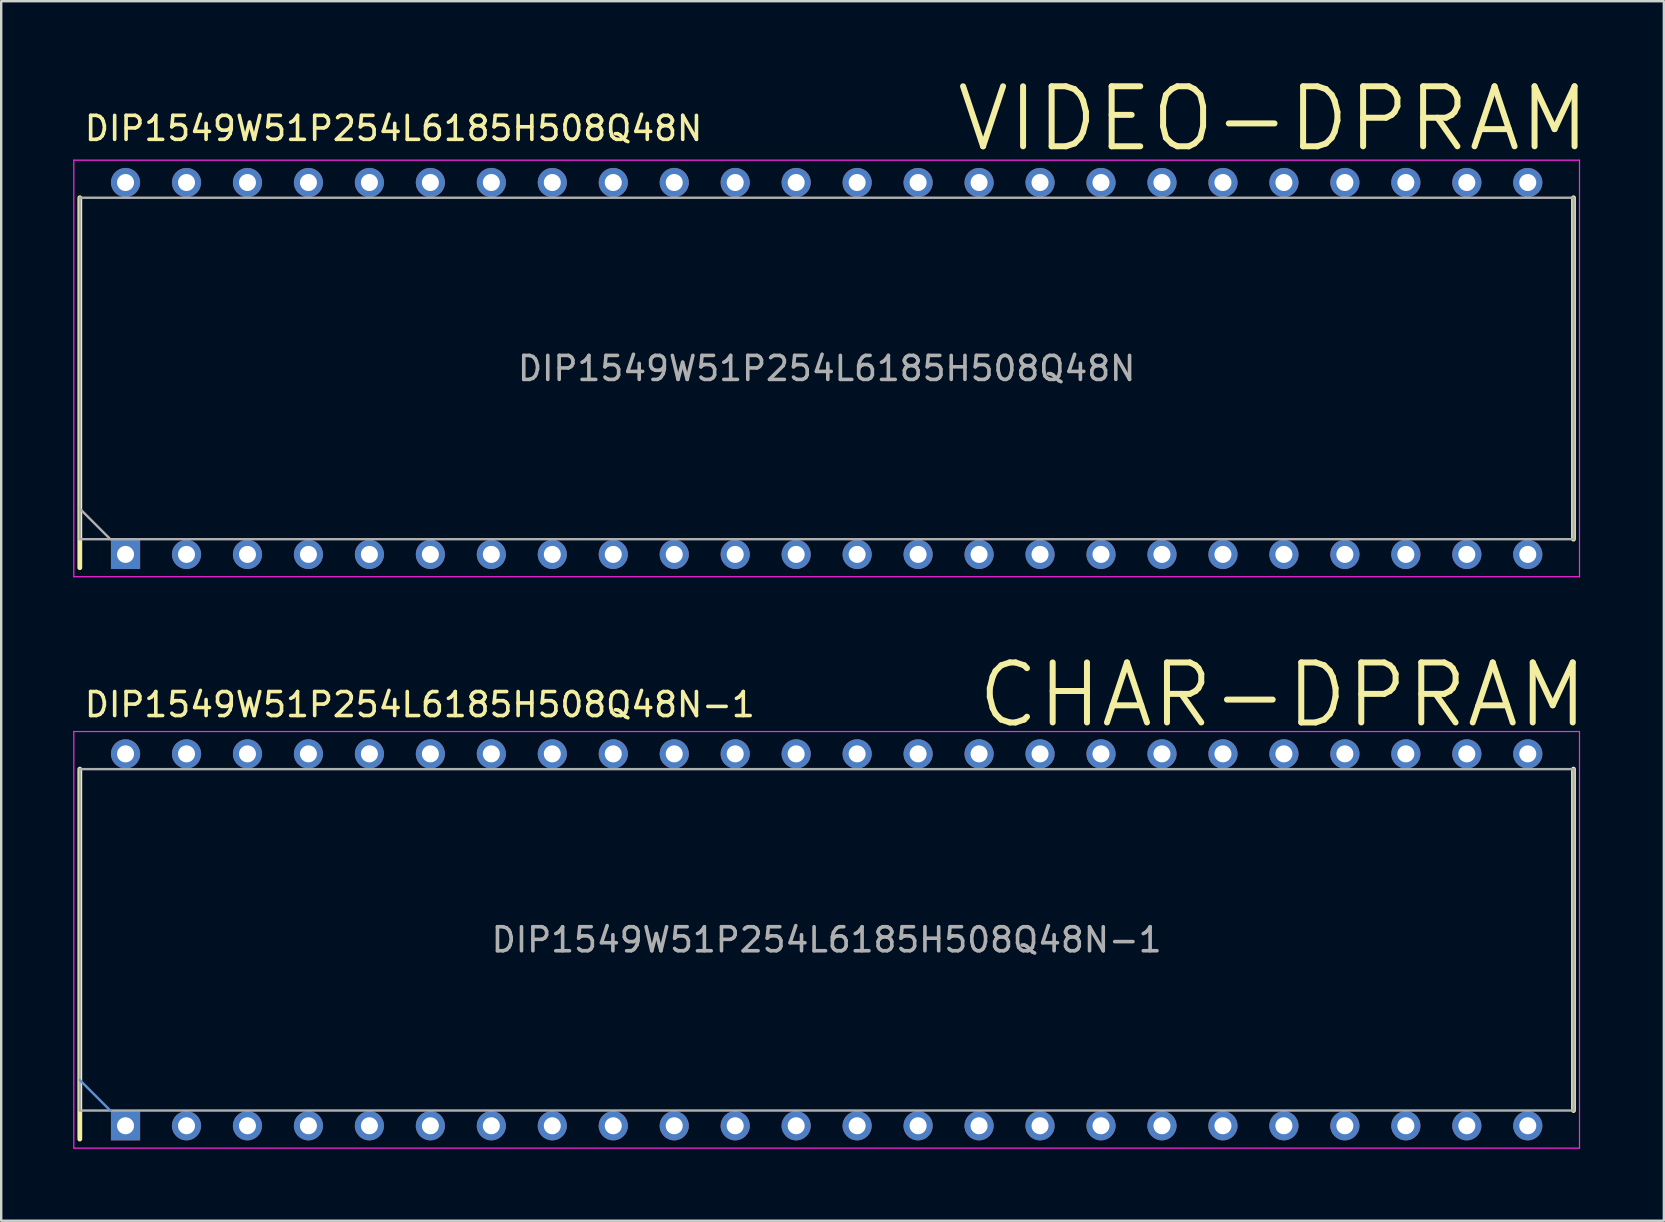
<source format=kicad_pcb>
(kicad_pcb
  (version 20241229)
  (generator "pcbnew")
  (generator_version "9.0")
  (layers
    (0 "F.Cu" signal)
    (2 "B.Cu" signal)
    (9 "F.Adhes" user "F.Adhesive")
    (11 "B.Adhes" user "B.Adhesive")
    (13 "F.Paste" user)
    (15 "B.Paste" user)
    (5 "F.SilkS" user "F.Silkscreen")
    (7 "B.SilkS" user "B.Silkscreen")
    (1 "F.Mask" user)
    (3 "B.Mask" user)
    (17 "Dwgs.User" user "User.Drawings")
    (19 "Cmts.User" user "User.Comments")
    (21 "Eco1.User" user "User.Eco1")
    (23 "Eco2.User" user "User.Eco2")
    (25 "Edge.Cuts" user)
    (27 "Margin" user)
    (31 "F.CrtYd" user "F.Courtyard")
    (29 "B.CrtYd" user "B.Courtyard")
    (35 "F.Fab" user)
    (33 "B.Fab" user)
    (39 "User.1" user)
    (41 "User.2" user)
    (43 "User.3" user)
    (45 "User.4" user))
  (footprint "DIP1549W51P254L6185H508Q48N"
    (layer "F.Cu")
    (at 31.39 12.301)
    (property "Reference" "DIP1549W51P254L6185H508Q48N" (at -31 -10 0) (layer "F.SilkS") (effects (font (size 1 1) (thickness 0.15)) (justify left)))
    (attr through_hole)
    (fp_line (start -31.115 8.301) (end -31.115 -7.112) (stroke (width 0.2) (type solid)) (layer "F.SilkS"))
    (fp_line (start 31.115 7.112) (end 31.115 -7.112) (stroke (width 0.2) (type solid)) (layer "F.SilkS"))
    (fp_line (start -31.365 -8.678) (end 31.365 -8.678) (stroke (width 0.05) (type solid)) (layer "F.CrtYd"))
    (fp_line (start -31.365 8.678) (end -31.365 -8.678) (stroke (width 0.05) (type solid)) (layer "F.CrtYd"))
    (fp_line (start 31.365 -8.678) (end 31.365 8.678) (stroke (width 0.05) (type solid)) (layer "F.CrtYd"))
    (fp_line (start 31.365 8.678) (end -31.365 8.678) (stroke (width 0.05) (type solid)) (layer "F.CrtYd"))
    (fp_line (start -31.115 -7.112) (end 31.115 -7.112) (stroke (width 0.1) (type solid)) (layer "F.Fab"))
    (fp_line (start -31.115 7.112) (end -31.115 -7.112) (stroke (width 0.1) (type solid)) (layer "F.Fab"))
    (fp_line (start -29.845 7.112) (end -31.115 5.842) (stroke (width 0.1) (type solid)) (layer "F.Fab"))
    (fp_line (start 31.115 -7.112) (end 31.115 7.112) (stroke (width 0.1) (type solid)) (layer "F.Fab"))
    (fp_line (start 31.115 7.112) (end -31.115 7.112) (stroke (width 0.1) (type solid)) (layer "F.Fab"))
    (fp_text user "VIDEO-DPRAM" (at 18.6 -10.4 0) (layer "F.SilkS") (effects (font (size 2.5 2.5) (thickness 0.25))))
    (fp_text user "${REFERENCE}" (at 0 0 0) (layer "F.Fab") (effects (font (size 1 1) (thickness 0.15))))
    (pad "1" thru_hole rect (at -29.21 7.747 90) (size 1.216 1.216) (drill oval 0.708 0.708) (layers "*.Cu" "*.Mask"))
    (pad "2" thru_hole circle (at -26.67 7.747 90) (size 1.216 1.216) (drill oval 0.708 0.708) (layers "*.Cu" "*.Mask"))
    (pad "3" thru_hole circle (at -24.13 7.747 90) (size 1.216 1.216) (drill oval 0.708 0.708) (layers "*.Cu" "*.Mask"))
    (pad "4" thru_hole circle (at -21.59 7.747 90) (size 1.216 1.216) (drill oval 0.708 0.708) (layers "*.Cu" "*.Mask"))
    (pad "5" thru_hole circle (at -19.05 7.747 90) (size 1.216 1.216) (drill oval 0.708 0.708) (layers "*.Cu" "*.Mask"))
    (pad "6" thru_hole circle (at -16.51 7.747 90) (size 1.216 1.216) (drill oval 0.708 0.708) (layers "*.Cu" "*.Mask"))
    (pad "7" thru_hole circle (at -13.97 7.747 90) (size 1.216 1.216) (drill oval 0.708 0.708) (layers "*.Cu" "*.Mask"))
    (pad "8" thru_hole circle (at -11.43 7.747 90) (size 1.216 1.216) (drill oval 0.708 0.708) (layers "*.Cu" "*.Mask"))
    (pad "9" thru_hole circle (at -8.89 7.747 90) (size 1.216 1.216) (drill oval 0.708 0.708) (layers "*.Cu" "*.Mask"))
    (pad "10" thru_hole circle (at -6.35 7.747 90) (size 1.216 1.216) (drill oval 0.708 0.708) (layers "*.Cu" "*.Mask"))
    (pad "11" thru_hole circle (at -3.81 7.747 90) (size 1.216 1.216) (drill oval 0.708 0.708) (layers "*.Cu" "*.Mask"))
    (pad "12" thru_hole circle (at -1.27 7.747 90) (size 1.216 1.216) (drill oval 0.708 0.708) (layers "*.Cu" "*.Mask"))
    (pad "13" thru_hole circle (at 1.27 7.747 90) (size 1.216 1.216) (drill oval 0.708 0.708) (layers "*.Cu" "*.Mask"))
    (pad "14" thru_hole circle (at 3.81 7.747 90) (size 1.216 1.216) (drill oval 0.708 0.708) (layers "*.Cu" "*.Mask"))
    (pad "15" thru_hole circle (at 6.35 7.747 90) (size 1.216 1.216) (drill oval 0.708 0.708) (layers "*.Cu" "*.Mask"))
    (pad "16" thru_hole circle (at 8.89 7.747 90) (size 1.216 1.216) (drill oval 0.708 0.708) (layers "*.Cu" "*.Mask"))
    (pad "17" thru_hole circle (at 11.43 7.747 90) (size 1.216 1.216) (drill oval 0.708 0.708) (layers "*.Cu" "*.Mask"))
    (pad "18" thru_hole circle (at 13.97 7.747 90) (size 1.216 1.216) (drill oval 0.708 0.708) (layers "*.Cu" "*.Mask"))
    (pad "19" thru_hole circle (at 16.51 7.747 90) (size 1.216 1.216) (drill oval 0.708 0.708) (layers "*.Cu" "*.Mask"))
    (pad "20" thru_hole circle (at 19.05 7.747 90) (size 1.216 1.216) (drill oval 0.708 0.708) (layers "*.Cu" "*.Mask"))
    (pad "21" thru_hole circle (at 21.59 7.747 90) (size 1.216 1.216) (drill oval 0.708 0.708) (layers "*.Cu" "*.Mask"))
    (pad "22" thru_hole circle (at 24.13 7.747 90) (size 1.216 1.216) (drill oval 0.708 0.708) (layers "*.Cu" "*.Mask"))
    (pad "23" thru_hole circle (at 26.67 7.747 90) (size 1.216 1.216) (drill oval 0.708 0.708) (layers "*.Cu" "*.Mask"))
    (pad "24" thru_hole circle (at 29.21 7.747 90) (size 1.216 1.216) (drill oval 0.708 0.708) (layers "*.Cu" "*.Mask"))
    (pad "25" thru_hole circle (at 29.21 -7.747 90) (size 1.216 1.216) (drill oval 0.708 0.708) (layers "*.Cu" "*.Mask"))
    (pad "26" thru_hole circle (at 26.67 -7.747 90) (size 1.216 1.216) (drill oval 0.708 0.708) (layers "*.Cu" "*.Mask"))
    (pad "27" thru_hole circle (at 24.13 -7.747 90) (size 1.216 1.216) (drill oval 0.708 0.708) (layers "*.Cu" "*.Mask"))
    (pad "28" thru_hole circle (at 21.59 -7.747 90) (size 1.216 1.216) (drill oval 0.708 0.708) (layers "*.Cu" "*.Mask"))
    (pad "29" thru_hole circle (at 19.05 -7.747 90) (size 1.216 1.216) (drill oval 0.708 0.708) (layers "*.Cu" "*.Mask"))
    (pad "30" thru_hole circle (at 16.51 -7.747 90) (size 1.216 1.216) (drill oval 0.708 0.708) (layers "*.Cu" "*.Mask"))
    (pad "31" thru_hole circle (at 13.97 -7.747 90) (size 1.216 1.216) (drill oval 0.708 0.708) (layers "*.Cu" "*.Mask"))
    (pad "32" thru_hole circle (at 11.43 -7.747 90) (size 1.216 1.216) (drill oval 0.708 0.708) (layers "*.Cu" "*.Mask"))
    (pad "33" thru_hole circle (at 8.89 -7.747 90) (size 1.216 1.216) (drill oval 0.708 0.708) (layers "*.Cu" "*.Mask"))
    (pad "34" thru_hole circle (at 6.35 -7.747 90) (size 1.216 1.216) (drill oval 0.708 0.708) (layers "*.Cu" "*.Mask"))
    (pad "35" thru_hole circle (at 3.81 -7.747 90) (size 1.216 1.216) (drill oval 0.708 0.708) (layers "*.Cu" "*.Mask"))
    (pad "36" thru_hole circle (at 1.27 -7.747 90) (size 1.216 1.216) (drill oval 0.708 0.708) (layers "*.Cu" "*.Mask"))
    (pad "37" thru_hole circle (at -1.27 -7.747 90) (size 1.216 1.216) (drill oval 0.708 0.708) (layers "*.Cu" "*.Mask"))
    (pad "38" thru_hole circle (at -3.81 -7.747 90) (size 1.216 1.216) (drill oval 0.708 0.708) (layers "*.Cu" "*.Mask"))
    (pad "39" thru_hole circle (at -6.35 -7.747 90) (size 1.216 1.216) (drill oval 0.708 0.708) (layers "*.Cu" "*.Mask"))
    (pad "40" thru_hole circle (at -8.89 -7.747 90) (size 1.216 1.216) (drill oval 0.708 0.708) (layers "*.Cu" "*.Mask"))
    (pad "41" thru_hole circle (at -11.43 -7.747 90) (size 1.216 1.216) (drill oval 0.708 0.708) (layers "*.Cu" "*.Mask"))
    (pad "42" thru_hole circle (at -13.97 -7.747 90) (size 1.216 1.216) (drill oval 0.708 0.708) (layers "*.Cu" "*.Mask"))
    (pad "43" thru_hole circle (at -16.51 -7.747 90) (size 1.216 1.216) (drill oval 0.708 0.708) (layers "*.Cu" "*.Mask"))
    (pad "44" thru_hole circle (at -19.05 -7.747 90) (size 1.216 1.216) (drill oval 0.708 0.708) (layers "*.Cu" "*.Mask"))
    (pad "45" thru_hole circle (at -21.59 -7.747 90) (size 1.216 1.216) (drill oval 0.708 0.708) (layers "*.Cu" "*.Mask"))
    (pad "46" thru_hole circle (at -24.13 -7.747 90) (size 1.216 1.216) (drill oval 0.708 0.708) (layers "*.Cu" "*.Mask"))
    (pad "47" thru_hole circle (at -26.67 -7.747 90) (size 1.216 1.216) (drill oval 0.708 0.708) (layers "*.Cu" "*.Mask"))
    (pad "48" thru_hole circle (at -29.21 -7.747 90) (size 1.216 1.216) (drill oval 0.708 0.708) (layers "*.Cu" "*.Mask")))
  (footprint "DIP1549W51P254L6185H508Q48N-1"
    (layer "F.Cu")
    (at 31.39 36.105)
    (property "Reference" "DIP1549W51P254L6185H508Q48N-1" (at -31 -9.8 0) (layer "F.SilkS") (effects (font (size 1 1) (thickness 0.15)) (justify left)))
    (attr through_hole)
    (fp_line (start -31.115 8.301) (end -31.115 -7.112) (stroke (width 0.2) (type solid)) (layer "F.SilkS"))
    (fp_line (start 31.115 7.112) (end 31.115 -7.112) (stroke (width 0.2) (type solid)) (layer "F.SilkS"))
    (fp_line (start -29.845 7.112) (end -31.115 5.842) (stroke (width 0.1) (type solid)) (layer "Cmts.User"))
    (fp_line (start -31.365 -8.678) (end 31.365 -8.678) (stroke (width 0.05) (type solid)) (layer "F.CrtYd"))
    (fp_line (start -31.365 8.678) (end -31.365 -8.678) (stroke (width 0.05) (type solid)) (layer "F.CrtYd"))
    (fp_line (start 31.365 -8.678) (end 31.365 8.678) (stroke (width 0.05) (type solid)) (layer "F.CrtYd"))
    (fp_line (start 31.365 8.678) (end -31.365 8.678) (stroke (width 0.05) (type solid)) (layer "F.CrtYd"))
    (fp_line (start -31.115 -7.112) (end 31.115 -7.112) (stroke (width 0.1) (type solid)) (layer "F.Fab"))
    (fp_line (start -31.115 7.112) (end -31.115 -7.112) (stroke (width 0.1) (type solid)) (layer "F.Fab"))
    (fp_line (start 31.115 -7.112) (end 31.115 7.112) (stroke (width 0.1) (type solid)) (layer "F.Fab"))
    (fp_line (start 31.115 7.112) (end -31.115 7.112) (stroke (width 0.1) (type solid)) (layer "F.Fab"))
    (fp_text user "CHAR-DPRAM" (at 19 -10.2 0) (layer "F.SilkS") (effects (font (size 2.5 2.5) (thickness 0.25))))
    (fp_text user "${REFERENCE}" (at 0 0 0) (layer "F.Fab") (effects (font (size 1 1) (thickness 0.15))))
    (pad "1" thru_hole rect (at -29.21 7.747 90) (size 1.216 1.216) (drill oval 0.708 0.708) (layers "*.Cu" "*.Mask"))
    (pad "2" thru_hole circle (at -26.67 7.747 90) (size 1.216 1.216) (drill oval 0.708 0.708) (layers "*.Cu" "*.Mask"))
    (pad "3" thru_hole circle (at -24.13 7.747 90) (size 1.216 1.216) (drill oval 0.708 0.708) (layers "*.Cu" "*.Mask"))
    (pad "4" thru_hole circle (at -21.59 7.747 90) (size 1.216 1.216) (drill oval 0.708 0.708) (layers "*.Cu" "*.Mask"))
    (pad "5" thru_hole circle (at -19.05 7.747 90) (size 1.216 1.216) (drill oval 0.708 0.708) (layers "*.Cu" "*.Mask"))
    (pad "6" thru_hole circle (at -16.51 7.747 90) (size 1.216 1.216) (drill oval 0.708 0.708) (layers "*.Cu" "*.Mask"))
    (pad "7" thru_hole circle (at -13.97 7.747 90) (size 1.216 1.216) (drill oval 0.708 0.708) (layers "*.Cu" "*.Mask"))
    (pad "8" thru_hole circle (at -11.43 7.747 90) (size 1.216 1.216) (drill oval 0.708 0.708) (layers "*.Cu" "*.Mask"))
    (pad "9" thru_hole circle (at -8.89 7.747 90) (size 1.216 1.216) (drill oval 0.708 0.708) (layers "*.Cu" "*.Mask"))
    (pad "10" thru_hole circle (at -6.35 7.747 90) (size 1.216 1.216) (drill oval 0.708 0.708) (layers "*.Cu" "*.Mask"))
    (pad "11" thru_hole circle (at -3.81 7.747 90) (size 1.216 1.216) (drill oval 0.708 0.708) (layers "*.Cu" "*.Mask"))
    (pad "12" thru_hole circle (at -1.27 7.747 90) (size 1.216 1.216) (drill oval 0.708 0.708) (layers "*.Cu" "*.Mask"))
    (pad "13" thru_hole circle (at 1.27 7.747 90) (size 1.216 1.216) (drill oval 0.708 0.708) (layers "*.Cu" "*.Mask"))
    (pad "14" thru_hole circle (at 3.81 7.747 90) (size 1.216 1.216) (drill oval 0.708 0.708) (layers "*.Cu" "*.Mask"))
    (pad "15" thru_hole circle (at 6.35 7.747 90) (size 1.216 1.216) (drill oval 0.708 0.708) (layers "*.Cu" "*.Mask"))
    (pad "16" thru_hole circle (at 8.89 7.747 90) (size 1.216 1.216) (drill oval 0.708 0.708) (layers "*.Cu" "*.Mask"))
    (pad "17" thru_hole circle (at 11.43 7.747 90) (size 1.216 1.216) (drill oval 0.708 0.708) (layers "*.Cu" "*.Mask"))
    (pad "18" thru_hole circle (at 13.97 7.747 90) (size 1.216 1.216) (drill oval 0.708 0.708) (layers "*.Cu" "*.Mask"))
    (pad "19" thru_hole circle (at 16.51 7.747 90) (size 1.216 1.216) (drill oval 0.708 0.708) (layers "*.Cu" "*.Mask"))
    (pad "20" thru_hole circle (at 19.05 7.747 90) (size 1.216 1.216) (drill oval 0.708 0.708) (layers "*.Cu" "*.Mask"))
    (pad "21" thru_hole circle (at 21.59 7.747 90) (size 1.216 1.216) (drill oval 0.708 0.708) (layers "*.Cu" "*.Mask"))
    (pad "22" thru_hole circle (at 24.13 7.747 90) (size 1.216 1.216) (drill oval 0.708 0.708) (layers "*.Cu" "*.Mask"))
    (pad "23" thru_hole circle (at 26.67 7.747 90) (size 1.216 1.216) (drill oval 0.708 0.708) (layers "*.Cu" "*.Mask"))
    (pad "24" thru_hole circle (at 29.21 7.747 90) (size 1.216 1.216) (drill oval 0.708 0.708) (layers "*.Cu" "*.Mask"))
    (pad "25" thru_hole circle (at 29.21 -7.747 90) (size 1.216 1.216) (drill oval 0.708 0.708) (layers "*.Cu" "*.Mask"))
    (pad "26" thru_hole circle (at 26.67 -7.747 90) (size 1.216 1.216) (drill oval 0.708 0.708) (layers "*.Cu" "*.Mask"))
    (pad "27" thru_hole circle (at 24.13 -7.747 90) (size 1.216 1.216) (drill oval 0.708 0.708) (layers "*.Cu" "*.Mask"))
    (pad "28" thru_hole circle (at 21.59 -7.747 90) (size 1.216 1.216) (drill oval 0.708 0.708) (layers "*.Cu" "*.Mask"))
    (pad "29" thru_hole circle (at 19.05 -7.747 90) (size 1.216 1.216) (drill oval 0.708 0.708) (layers "*.Cu" "*.Mask"))
    (pad "30" thru_hole circle (at 16.51 -7.747 90) (size 1.216 1.216) (drill oval 0.708 0.708) (layers "*.Cu" "*.Mask"))
    (pad "31" thru_hole circle (at 13.97 -7.747 90) (size 1.216 1.216) (drill oval 0.708 0.708) (layers "*.Cu" "*.Mask"))
    (pad "32" thru_hole circle (at 11.43 -7.747 90) (size 1.216 1.216) (drill oval 0.708 0.708) (layers "*.Cu" "*.Mask"))
    (pad "33" thru_hole circle (at 8.89 -7.747 90) (size 1.216 1.216) (drill oval 0.708 0.708) (layers "*.Cu" "*.Mask"))
    (pad "34" thru_hole circle (at 6.35 -7.747 90) (size 1.216 1.216) (drill oval 0.708 0.708) (layers "*.Cu" "*.Mask"))
    (pad "35" thru_hole circle (at 3.81 -7.747 90) (size 1.216 1.216) (drill oval 0.708 0.708) (layers "*.Cu" "*.Mask"))
    (pad "36" thru_hole circle (at 1.27 -7.747 90) (size 1.216 1.216) (drill oval 0.708 0.708) (layers "*.Cu" "*.Mask"))
    (pad "37" thru_hole circle (at -1.27 -7.747 90) (size 1.216 1.216) (drill oval 0.708 0.708) (layers "*.Cu" "*.Mask"))
    (pad "38" thru_hole circle (at -3.81 -7.747 90) (size 1.216 1.216) (drill oval 0.708 0.708) (layers "*.Cu" "*.Mask"))
    (pad "39" thru_hole circle (at -6.35 -7.747 90) (size 1.216 1.216) (drill oval 0.708 0.708) (layers "*.Cu" "*.Mask"))
    (pad "40" thru_hole circle (at -8.89 -7.747 90) (size 1.216 1.216) (drill oval 0.708 0.708) (layers "*.Cu" "*.Mask"))
    (pad "41" thru_hole circle (at -11.43 -7.747 90) (size 1.216 1.216) (drill oval 0.708 0.708) (layers "*.Cu" "*.Mask"))
    (pad "42" thru_hole circle (at -13.97 -7.747 90) (size 1.216 1.216) (drill oval 0.708 0.708) (layers "*.Cu" "*.Mask"))
    (pad "43" thru_hole circle (at -16.51 -7.747 90) (size 1.216 1.216) (drill oval 0.708 0.708) (layers "*.Cu" "*.Mask"))
    (pad "44" thru_hole circle (at -19.05 -7.747 90) (size 1.216 1.216) (drill oval 0.708 0.708) (layers "*.Cu" "*.Mask"))
    (pad "45" thru_hole circle (at -21.59 -7.747 90) (size 1.216 1.216) (drill oval 0.708 0.708) (layers "*.Cu" "*.Mask"))
    (pad "46" thru_hole circle (at -24.13 -7.747 90) (size 1.216 1.216) (drill oval 0.708 0.708) (layers "*.Cu" "*.Mask"))
    (pad "47" thru_hole circle (at -26.67 -7.747 90) (size 1.216 1.216) (drill oval 0.708 0.708) (layers "*.Cu" "*.Mask"))
    (pad "48" thru_hole circle (at -29.21 -7.747 90) (size 1.216 1.216) (drill oval 0.708 0.708) (layers "*.Cu" "*.Mask")))
  (gr_rect
    (start -3 -3)
    (end 66.27 47.808)
    (stroke (width 0.1) (type default))
    (fill no)
    (layer "Edge.Cuts")))
</source>
